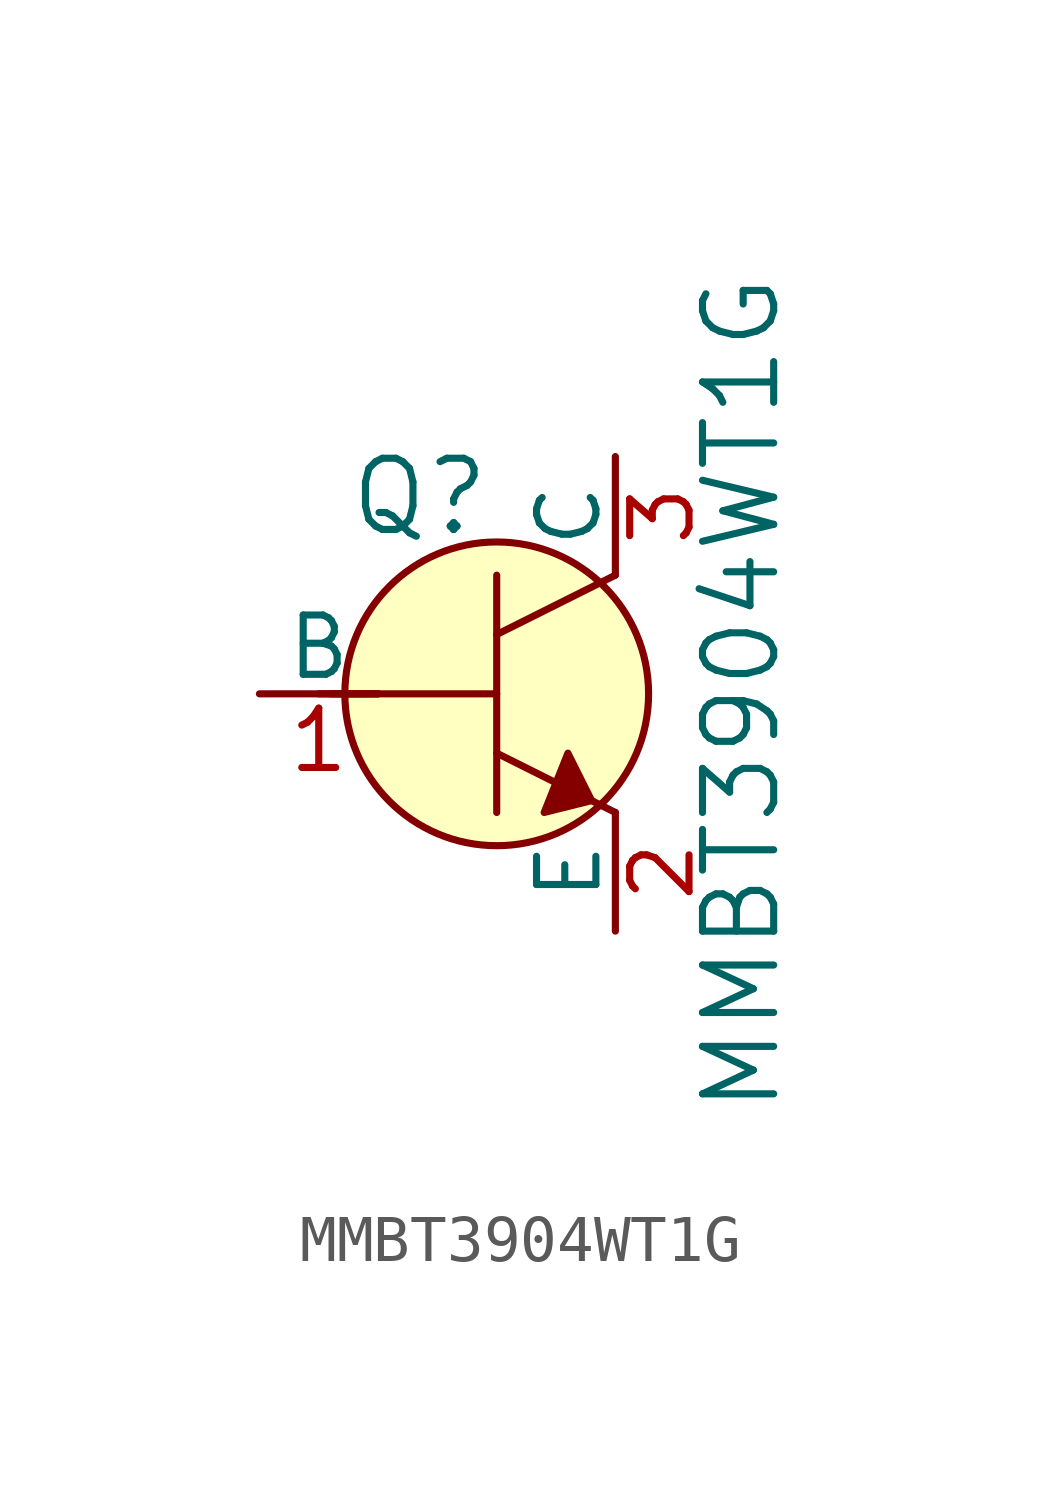
<source format=kicad_sym>
(kicad_symbol_lib
  (version 20220914)
  (generator kicad_symbol_editor)
  (symbol "MMBT3904WT1G"
    (pin_names
      (offset 0))
    (property "Reference" "Q"
      (at -3.2 4.216 0)
      (effects (font (size 1.524 1.524)) (justify left)))
    (property "Value" "MMBT3904WT1G"
      (at 5.232 0 90)
      (effects (font (size 1.524 1.524))))
    (symbol "MMBT3904WT1G_0_1"
      (polyline (pts (xy -3.81 0) (xy -2.54 0)) (stroke (width 0) (type solid)) (fill (type none)))
      (polyline (pts (xy -3.556 0) (xy 0 0)) (stroke (width 0) (type solid)) (fill (type none)))
      (polyline (pts (xy 0 -1.27) (xy 2.54 -2.54)) (stroke (width 0) (type solid)) (fill (type none)))
      (polyline (pts (xy 0 1.27) (xy 2.54 2.54)) (stroke (width 0) (type solid)) (fill (type none)))
      (polyline (pts (xy 0 2.54) (xy 0 -2.54)) (stroke (width 0) (type solid)) (fill (type none)))
      (polyline (pts (xy 1.524 -1.27) (xy 2.032 -2.286) (xy 1.016 -2.54) (xy 1.524 -1.27)) (stroke (width 0) (type solid)) (fill (type outline)))
      (circle (center 0 0) (radius 3.251) (stroke (width 0) (type solid)) (fill (type background))))
    (symbol "MMBT3904WT1G_1_1"
      (pin input line (at -5.08 0 0) (length 2.54) (name "B" (effects (font (size 1.27 1.27)))) (number "1" (effects (font (size 1.27 1.27)))))
      (pin passive line (at 2.54 -5.08 90) (length 2.54) (name "E" (effects (font (size 1.27 1.27)))) (number "2" (effects (font (size 1.27 1.27)))))
      (pin passive line (at 2.54 5.08 270) (length 2.54) (name "C" (effects (font (size 1.27 1.27)))) (number "3" (effects (font (size 1.27 1.27))))))))
</source>
